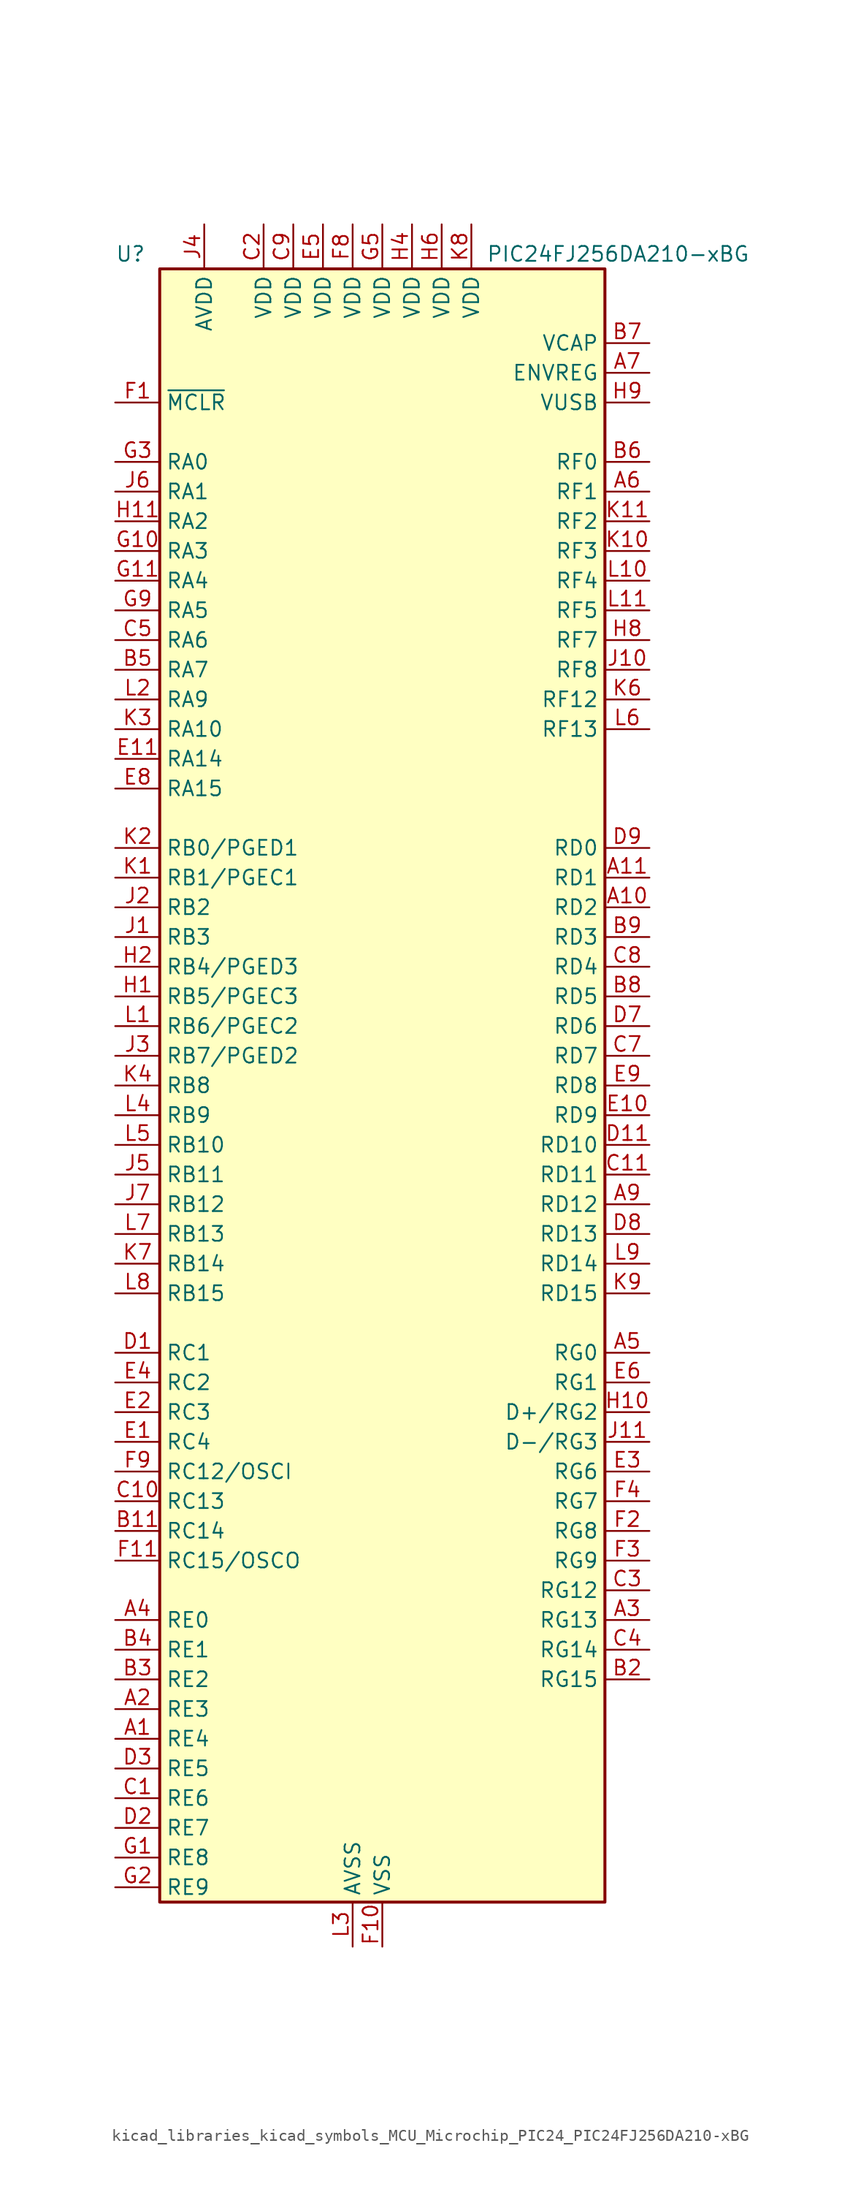
<source format=kicad_sym>
(kicad_symbol_lib
  (version 20220914)
  (generator kicad_symbol_editor)
  (symbol "kicad_libraries_kicad_symbols_MCU_Microchip_PIC24_PIC24FJ256DA210-xBG"
    (property "Reference" "U"
      (at -22.86 71.12 0)
      (effects (font (size 1.27 1.27)) (justify left)))
    (property "Value" "PIC24FJ256DA210-xBG"
      (at 8.89 71.12 0)
      (effects (font (size 1.27 1.27)) (justify left)))
    (symbol "kicad_libraries_kicad_symbols_MCU_Microchip_PIC24_PIC24FJ256DA210-xBG_1_1"
      (rectangle (start -19.05 69.85) (end 19.05 -69.85) (stroke (width 0.254) (type default)) (fill (type background)))
      (pin bidirectional line (at -22.86 -55.88 0) (length 3.81) (name "RE4" (effects (font (size 1.27 1.27)))) (number "A1" (effects (font (size 1.27 1.27)))))
      (pin bidirectional line (at 22.86 15.24 180) (length 3.81) (name "RD2" (effects (font (size 1.27 1.27)))) (number "A10" (effects (font (size 1.27 1.27)))))
      (pin bidirectional line (at 22.86 17.78 180) (length 3.81) (name "RD1" (effects (font (size 1.27 1.27)))) (number "A11" (effects (font (size 1.27 1.27)))))
      (pin bidirectional line (at -22.86 -53.34 0) (length 3.81) (name "RE3" (effects (font (size 1.27 1.27)))) (number "A2" (effects (font (size 1.27 1.27)))))
      (pin bidirectional line (at 22.86 -45.72 180) (length 3.81) (name "RG13" (effects (font (size 1.27 1.27)))) (number "A3" (effects (font (size 1.27 1.27)))))
      (pin bidirectional line (at -22.86 -45.72 0) (length 3.81) (name "RE0" (effects (font (size 1.27 1.27)))) (number "A4" (effects (font (size 1.27 1.27)))))
      (pin bidirectional line (at 22.86 -22.86 180) (length 3.81) (name "RG0" (effects (font (size 1.27 1.27)))) (number "A5" (effects (font (size 1.27 1.27)))))
      (pin bidirectional line (at 22.86 50.8 180) (length 3.81) (name "RF1" (effects (font (size 1.27 1.27)))) (number "A6" (effects (font (size 1.27 1.27)))))
      (pin input line (at 22.86 60.96 180) (length 3.81) (name "ENVREG" (effects (font (size 1.27 1.27)))) (number "A7" (effects (font (size 1.27 1.27)))))
      (pin no_connect line (at 2.54 -25.4 180) (length 3.81) hide (name "N/C" (effects (font (size 1.27 1.27)))) (number "A8" (effects (font (size 1.27 1.27)))))
      (pin bidirectional line (at 22.86 -10.16 180) (length 3.81) (name "RD12" (effects (font (size 1.27 1.27)))) (number "A9" (effects (font (size 1.27 1.27)))))
      (pin no_connect line (at 2.54 -27.94 180) (length 3.81) hide (name "N/C" (effects (font (size 1.27 1.27)))) (number "B1" (effects (font (size 1.27 1.27)))))
      (pin passive line (at 0 -73.66 90) (length 3.81) hide (name "VSS" (effects (font (size 1.27 1.27)))) (number "B10" (effects (font (size 1.27 1.27)))))
      (pin bidirectional line (at -22.86 -38.1 0) (length 3.81) (name "RC14" (effects (font (size 1.27 1.27)))) (number "B11" (effects (font (size 1.27 1.27)))))
      (pin bidirectional line (at 22.86 -50.8 180) (length 3.81) (name "RG15" (effects (font (size 1.27 1.27)))) (number "B2" (effects (font (size 1.27 1.27)))))
      (pin bidirectional line (at -22.86 -50.8 0) (length 3.81) (name "RE2" (effects (font (size 1.27 1.27)))) (number "B3" (effects (font (size 1.27 1.27)))))
      (pin bidirectional line (at -22.86 -48.26 0) (length 3.81) (name "RE1" (effects (font (size 1.27 1.27)))) (number "B4" (effects (font (size 1.27 1.27)))))
      (pin bidirectional line (at -22.86 35.56 0) (length 3.81) (name "RA7" (effects (font (size 1.27 1.27)))) (number "B5" (effects (font (size 1.27 1.27)))))
      (pin bidirectional line (at 22.86 53.34 180) (length 3.81) (name "RF0" (effects (font (size 1.27 1.27)))) (number "B6" (effects (font (size 1.27 1.27)))))
      (pin passive line (at 22.86 63.5 180) (length 3.81) (name "VCAP" (effects (font (size 1.27 1.27)))) (number "B7" (effects (font (size 1.27 1.27)))))
      (pin bidirectional line (at 22.86 7.62 180) (length 3.81) (name "RD5" (effects (font (size 1.27 1.27)))) (number "B8" (effects (font (size 1.27 1.27)))))
      (pin bidirectional line (at 22.86 12.7 180) (length 3.81) (name "RD3" (effects (font (size 1.27 1.27)))) (number "B9" (effects (font (size 1.27 1.27)))))
      (pin bidirectional line (at -22.86 -60.96 0) (length 3.81) (name "RE6" (effects (font (size 1.27 1.27)))) (number "C1" (effects (font (size 1.27 1.27)))))
      (pin bidirectional line (at -22.86 -35.56 0) (length 3.81) (name "RC13" (effects (font (size 1.27 1.27)))) (number "C10" (effects (font (size 1.27 1.27)))))
      (pin bidirectional line (at 22.86 -7.62 180) (length 3.81) (name "RD11" (effects (font (size 1.27 1.27)))) (number "C11" (effects (font (size 1.27 1.27)))))
      (pin power_in line (at -10.16 73.66 270) (length 3.81) (name "VDD" (effects (font (size 1.27 1.27)))) (number "C2" (effects (font (size 1.27 1.27)))))
      (pin bidirectional line (at 22.86 -43.18 180) (length 3.81) (name "RG12" (effects (font (size 1.27 1.27)))) (number "C3" (effects (font (size 1.27 1.27)))))
      (pin bidirectional line (at 22.86 -48.26 180) (length 3.81) (name "RG14" (effects (font (size 1.27 1.27)))) (number "C4" (effects (font (size 1.27 1.27)))))
      (pin bidirectional line (at -22.86 38.1 0) (length 3.81) (name "RA6" (effects (font (size 1.27 1.27)))) (number "C5" (effects (font (size 1.27 1.27)))))
      (pin no_connect line (at 2.54 -30.48 180) (length 3.81) hide (name "N/C" (effects (font (size 1.27 1.27)))) (number "C6" (effects (font (size 1.27 1.27)))))
      (pin bidirectional line (at 22.86 2.54 180) (length 3.81) (name "RD7" (effects (font (size 1.27 1.27)))) (number "C7" (effects (font (size 1.27 1.27)))))
      (pin bidirectional line (at 22.86 10.16 180) (length 3.81) (name "RD4" (effects (font (size 1.27 1.27)))) (number "C8" (effects (font (size 1.27 1.27)))))
      (pin power_in line (at -7.62 73.66 270) (length 3.81) (name "VDD" (effects (font (size 1.27 1.27)))) (number "C9" (effects (font (size 1.27 1.27)))))
      (pin bidirectional line (at -22.86 -22.86 0) (length 3.81) (name "RC1" (effects (font (size 1.27 1.27)))) (number "D1" (effects (font (size 1.27 1.27)))))
      (pin no_connect line (at 2.54 -35.56 180) (length 3.81) hide (name "N/C" (effects (font (size 1.27 1.27)))) (number "D10" (effects (font (size 1.27 1.27)))))
      (pin bidirectional line (at 22.86 -5.08 180) (length 3.81) (name "RD10" (effects (font (size 1.27 1.27)))) (number "D11" (effects (font (size 1.27 1.27)))))
      (pin bidirectional line (at -22.86 -63.5 0) (length 3.81) (name "RE7" (effects (font (size 1.27 1.27)))) (number "D2" (effects (font (size 1.27 1.27)))))
      (pin bidirectional line (at -22.86 -58.42 0) (length 3.81) (name "RE5" (effects (font (size 1.27 1.27)))) (number "D3" (effects (font (size 1.27 1.27)))))
      (pin passive line (at 0 -73.66 90) (length 3.81) hide (name "VSS" (effects (font (size 1.27 1.27)))) (number "D4" (effects (font (size 1.27 1.27)))))
      (pin passive line (at 0 -73.66 90) (length 3.81) hide (name "VSS" (effects (font (size 1.27 1.27)))) (number "D5" (effects (font (size 1.27 1.27)))))
      (pin no_connect line (at 2.54 -33.02 180) (length 3.81) hide (name "N/C" (effects (font (size 1.27 1.27)))) (number "D6" (effects (font (size 1.27 1.27)))))
      (pin bidirectional line (at 22.86 5.08 180) (length 3.81) (name "RD6" (effects (font (size 1.27 1.27)))) (number "D7" (effects (font (size 1.27 1.27)))))
      (pin bidirectional line (at 22.86 -12.7 180) (length 3.81) (name "RD13" (effects (font (size 1.27 1.27)))) (number "D8" (effects (font (size 1.27 1.27)))))
      (pin bidirectional line (at 22.86 20.32 180) (length 3.81) (name "RD0" (effects (font (size 1.27 1.27)))) (number "D9" (effects (font (size 1.27 1.27)))))
      (pin bidirectional line (at -22.86 -30.48 0) (length 3.81) (name "RC4" (effects (font (size 1.27 1.27)))) (number "E1" (effects (font (size 1.27 1.27)))))
      (pin bidirectional line (at 22.86 -2.54 180) (length 3.81) (name "RD9" (effects (font (size 1.27 1.27)))) (number "E10" (effects (font (size 1.27 1.27)))))
      (pin bidirectional line (at -22.86 27.94 0) (length 3.81) (name "RA14" (effects (font (size 1.27 1.27)))) (number "E11" (effects (font (size 1.27 1.27)))))
      (pin bidirectional line (at -22.86 -27.94 0) (length 3.81) (name "RC3" (effects (font (size 1.27 1.27)))) (number "E2" (effects (font (size 1.27 1.27)))))
      (pin bidirectional line (at 22.86 -33.02 180) (length 3.81) (name "RG6" (effects (font (size 1.27 1.27)))) (number "E3" (effects (font (size 1.27 1.27)))))
      (pin bidirectional line (at -22.86 -25.4 0) (length 3.81) (name "RC2" (effects (font (size 1.27 1.27)))) (number "E4" (effects (font (size 1.27 1.27)))))
      (pin power_in line (at -5.08 73.66 270) (length 3.81) (name "VDD" (effects (font (size 1.27 1.27)))) (number "E5" (effects (font (size 1.27 1.27)))))
      (pin bidirectional line (at 22.86 -25.4 180) (length 3.81) (name "RG1" (effects (font (size 1.27 1.27)))) (number "E6" (effects (font (size 1.27 1.27)))))
      (pin no_connect line (at 2.54 -38.1 180) (length 3.81) hide (name "N/C" (effects (font (size 1.27 1.27)))) (number "E7" (effects (font (size 1.27 1.27)))))
      (pin bidirectional line (at -22.86 25.4 0) (length 3.81) (name "RA15" (effects (font (size 1.27 1.27)))) (number "E8" (effects (font (size 1.27 1.27)))))
      (pin bidirectional line (at 22.86 0 180) (length 3.81) (name "RD8" (effects (font (size 1.27 1.27)))) (number "E9" (effects (font (size 1.27 1.27)))))
      (pin input line (at -22.86 58.42 0) (length 3.81) (name "~{MCLR}" (effects (font (size 1.27 1.27)))) (number "F1" (effects (font (size 1.27 1.27)))))
      (pin power_in line (at 0 -73.66 90) (length 3.81) (name "VSS" (effects (font (size 1.27 1.27)))) (number "F10" (effects (font (size 1.27 1.27)))))
      (pin bidirectional line (at -22.86 -40.64 0) (length 3.81) (name "RC15/OSCO" (effects (font (size 1.27 1.27)))) (number "F11" (effects (font (size 1.27 1.27)))))
      (pin bidirectional line (at 22.86 -38.1 180) (length 3.81) (name "RG8" (effects (font (size 1.27 1.27)))) (number "F2" (effects (font (size 1.27 1.27)))))
      (pin bidirectional line (at 22.86 -40.64 180) (length 3.81) (name "RG9" (effects (font (size 1.27 1.27)))) (number "F3" (effects (font (size 1.27 1.27)))))
      (pin bidirectional line (at 22.86 -35.56 180) (length 3.81) (name "RG7" (effects (font (size 1.27 1.27)))) (number "F4" (effects (font (size 1.27 1.27)))))
      (pin passive line (at 0 -73.66 90) (length 3.81) hide (name "VSS" (effects (font (size 1.27 1.27)))) (number "F5" (effects (font (size 1.27 1.27)))))
      (pin no_connect line (at 2.54 -40.64 180) (length 3.81) hide (name "N/C" (effects (font (size 1.27 1.27)))) (number "F6" (effects (font (size 1.27 1.27)))))
      (pin no_connect line (at 2.54 -43.18 180) (length 3.81) hide (name "N/C" (effects (font (size 1.27 1.27)))) (number "F7" (effects (font (size 1.27 1.27)))))
      (pin power_in line (at -2.54 73.66 270) (length 3.81) (name "VDD" (effects (font (size 1.27 1.27)))) (number "F8" (effects (font (size 1.27 1.27)))))
      (pin bidirectional line (at -22.86 -33.02 0) (length 3.81) (name "RC12/OSCI" (effects (font (size 1.27 1.27)))) (number "F9" (effects (font (size 1.27 1.27)))))
      (pin bidirectional line (at -22.86 -66.04 0) (length 3.81) (name "RE8" (effects (font (size 1.27 1.27)))) (number "G1" (effects (font (size 1.27 1.27)))))
      (pin bidirectional line (at -22.86 45.72 0) (length 3.81) (name "RA3" (effects (font (size 1.27 1.27)))) (number "G10" (effects (font (size 1.27 1.27)))))
      (pin bidirectional line (at -22.86 43.18 0) (length 3.81) (name "RA4" (effects (font (size 1.27 1.27)))) (number "G11" (effects (font (size 1.27 1.27)))))
      (pin bidirectional line (at -22.86 -68.58 0) (length 3.81) (name "RE9" (effects (font (size 1.27 1.27)))) (number "G2" (effects (font (size 1.27 1.27)))))
      (pin bidirectional line (at -22.86 53.34 0) (length 3.81) (name "RA0" (effects (font (size 1.27 1.27)))) (number "G3" (effects (font (size 1.27 1.27)))))
      (pin no_connect line (at 2.54 -45.72 180) (length 3.81) hide (name "N/C" (effects (font (size 1.27 1.27)))) (number "G4" (effects (font (size 1.27 1.27)))))
      (pin power_in line (at 0 73.66 270) (length 3.81) (name "VDD" (effects (font (size 1.27 1.27)))) (number "G5" (effects (font (size 1.27 1.27)))))
      (pin passive line (at 0 -73.66 90) (length 3.81) hide (name "VSS" (effects (font (size 1.27 1.27)))) (number "G6" (effects (font (size 1.27 1.27)))))
      (pin passive line (at 0 -73.66 90) (length 3.81) hide (name "VSS" (effects (font (size 1.27 1.27)))) (number "G7" (effects (font (size 1.27 1.27)))))
      (pin no_connect line (at 2.54 -48.26 180) (length 3.81) hide (name "N/C" (effects (font (size 1.27 1.27)))) (number "G8" (effects (font (size 1.27 1.27)))))
      (pin bidirectional line (at -22.86 40.64 0) (length 3.81) (name "RA5" (effects (font (size 1.27 1.27)))) (number "G9" (effects (font (size 1.27 1.27)))))
      (pin bidirectional line (at -22.86 7.62 0) (length 3.81) (name "RB5/PGEC3" (effects (font (size 1.27 1.27)))) (number "H1" (effects (font (size 1.27 1.27)))))
      (pin bidirectional line (at 22.86 -27.94 180) (length 3.81) (name "D+/RG2" (effects (font (size 1.27 1.27)))) (number "H10" (effects (font (size 1.27 1.27)))))
      (pin bidirectional line (at -22.86 48.26 0) (length 3.81) (name "RA2" (effects (font (size 1.27 1.27)))) (number "H11" (effects (font (size 1.27 1.27)))))
      (pin bidirectional line (at -22.86 10.16 0) (length 3.81) (name "RB4/PGED3" (effects (font (size 1.27 1.27)))) (number "H2" (effects (font (size 1.27 1.27)))))
      (pin passive line (at 0 -73.66 90) (length 3.81) hide (name "VSS" (effects (font (size 1.27 1.27)))) (number "H3" (effects (font (size 1.27 1.27)))))
      (pin power_in line (at 2.54 73.66 270) (length 3.81) (name "VDD" (effects (font (size 1.27 1.27)))) (number "H4" (effects (font (size 1.27 1.27)))))
      (pin no_connect line (at 2.54 -50.8 180) (length 3.81) hide (name "N/C" (effects (font (size 1.27 1.27)))) (number "H5" (effects (font (size 1.27 1.27)))))
      (pin power_in line (at 5.08 73.66 270) (length 3.81) (name "VDD" (effects (font (size 1.27 1.27)))) (number "H6" (effects (font (size 1.27 1.27)))))
      (pin no_connect line (at 2.54 -53.34 180) (length 3.81) hide (name "N/C" (effects (font (size 1.27 1.27)))) (number "H7" (effects (font (size 1.27 1.27)))))
      (pin bidirectional line (at 22.86 38.1 180) (length 3.81) (name "RF7" (effects (font (size 1.27 1.27)))) (number "H8" (effects (font (size 1.27 1.27)))))
      (pin bidirectional line (at 22.86 58.42 180) (length 3.81) (name "VUSB" (effects (font (size 1.27 1.27)))) (number "H9" (effects (font (size 1.27 1.27)))))
      (pin bidirectional line (at -22.86 12.7 0) (length 3.81) (name "RB3" (effects (font (size 1.27 1.27)))) (number "J1" (effects (font (size 1.27 1.27)))))
      (pin bidirectional line (at 22.86 35.56 180) (length 3.81) (name "RF8" (effects (font (size 1.27 1.27)))) (number "J10" (effects (font (size 1.27 1.27)))))
      (pin bidirectional line (at 22.86 -30.48 180) (length 3.81) (name "D-/RG3" (effects (font (size 1.27 1.27)))) (number "J11" (effects (font (size 1.27 1.27)))))
      (pin bidirectional line (at -22.86 15.24 0) (length 3.81) (name "RB2" (effects (font (size 1.27 1.27)))) (number "J2" (effects (font (size 1.27 1.27)))))
      (pin bidirectional line (at -22.86 2.54 0) (length 3.81) (name "RB7/PGED2" (effects (font (size 1.27 1.27)))) (number "J3" (effects (font (size 1.27 1.27)))))
      (pin power_in line (at -15.24 73.66 270) (length 3.81) (name "AVDD" (effects (font (size 1.27 1.27)))) (number "J4" (effects (font (size 1.27 1.27)))))
      (pin bidirectional line (at -22.86 -7.62 0) (length 3.81) (name "RB11" (effects (font (size 1.27 1.27)))) (number "J5" (effects (font (size 1.27 1.27)))))
      (pin bidirectional line (at -22.86 50.8 0) (length 3.81) (name "RA1" (effects (font (size 1.27 1.27)))) (number "J6" (effects (font (size 1.27 1.27)))))
      (pin bidirectional line (at -22.86 -10.16 0) (length 3.81) (name "RB12" (effects (font (size 1.27 1.27)))) (number "J7" (effects (font (size 1.27 1.27)))))
      (pin no_connect line (at 2.54 -55.88 180) (length 3.81) hide (name "N/C" (effects (font (size 1.27 1.27)))) (number "J8" (effects (font (size 1.27 1.27)))))
      (pin no_connect line (at 2.54 -58.42 180) (length 3.81) hide (name "N/C" (effects (font (size 1.27 1.27)))) (number "J9" (effects (font (size 1.27 1.27)))))
      (pin bidirectional line (at -22.86 17.78 0) (length 3.81) (name "RB1/PGEC1" (effects (font (size 1.27 1.27)))) (number "K1" (effects (font (size 1.27 1.27)))))
      (pin bidirectional line (at 22.86 45.72 180) (length 3.81) (name "RF3" (effects (font (size 1.27 1.27)))) (number "K10" (effects (font (size 1.27 1.27)))))
      (pin bidirectional line (at 22.86 48.26 180) (length 3.81) (name "RF2" (effects (font (size 1.27 1.27)))) (number "K11" (effects (font (size 1.27 1.27)))))
      (pin bidirectional line (at -22.86 20.32 0) (length 3.81) (name "RB0/PGED1" (effects (font (size 1.27 1.27)))) (number "K2" (effects (font (size 1.27 1.27)))))
      (pin bidirectional line (at -22.86 30.48 0) (length 3.81) (name "RA10" (effects (font (size 1.27 1.27)))) (number "K3" (effects (font (size 1.27 1.27)))))
      (pin bidirectional line (at -22.86 0 0) (length 3.81) (name "RB8" (effects (font (size 1.27 1.27)))) (number "K4" (effects (font (size 1.27 1.27)))))
      (pin no_connect line (at 2.54 -60.96 180) (length 3.81) hide (name "N/C" (effects (font (size 1.27 1.27)))) (number "K5" (effects (font (size 1.27 1.27)))))
      (pin bidirectional line (at 22.86 33.02 180) (length 3.81) (name "RF12" (effects (font (size 1.27 1.27)))) (number "K6" (effects (font (size 1.27 1.27)))))
      (pin bidirectional line (at -22.86 -15.24 0) (length 3.81) (name "RB14" (effects (font (size 1.27 1.27)))) (number "K7" (effects (font (size 1.27 1.27)))))
      (pin power_in line (at 7.62 73.66 270) (length 3.81) (name "VDD" (effects (font (size 1.27 1.27)))) (number "K8" (effects (font (size 1.27 1.27)))))
      (pin bidirectional line (at 22.86 -17.78 180) (length 3.81) (name "RD15" (effects (font (size 1.27 1.27)))) (number "K9" (effects (font (size 1.27 1.27)))))
      (pin bidirectional line (at -22.86 5.08 0) (length 3.81) (name "RB6/PGEC2" (effects (font (size 1.27 1.27)))) (number "L1" (effects (font (size 1.27 1.27)))))
      (pin bidirectional line (at 22.86 43.18 180) (length 3.81) (name "RF4" (effects (font (size 1.27 1.27)))) (number "L10" (effects (font (size 1.27 1.27)))))
      (pin bidirectional line (at 22.86 40.64 180) (length 3.81) (name "RF5" (effects (font (size 1.27 1.27)))) (number "L11" (effects (font (size 1.27 1.27)))))
      (pin bidirectional line (at -22.86 33.02 0) (length 3.81) (name "RA9" (effects (font (size 1.27 1.27)))) (number "L2" (effects (font (size 1.27 1.27)))))
      (pin power_in line (at -2.54 -73.66 90) (length 3.81) (name "AVSS" (effects (font (size 1.27 1.27)))) (number "L3" (effects (font (size 1.27 1.27)))))
      (pin bidirectional line (at -22.86 -2.54 0) (length 3.81) (name "RB9" (effects (font (size 1.27 1.27)))) (number "L4" (effects (font (size 1.27 1.27)))))
      (pin bidirectional line (at -22.86 -5.08 0) (length 3.81) (name "RB10" (effects (font (size 1.27 1.27)))) (number "L5" (effects (font (size 1.27 1.27)))))
      (pin bidirectional line (at 22.86 30.48 180) (length 3.81) (name "RF13" (effects (font (size 1.27 1.27)))) (number "L6" (effects (font (size 1.27 1.27)))))
      (pin bidirectional line (at -22.86 -12.7 0) (length 3.81) (name "RB13" (effects (font (size 1.27 1.27)))) (number "L7" (effects (font (size 1.27 1.27)))))
      (pin bidirectional line (at -22.86 -17.78 0) (length 3.81) (name "RB15" (effects (font (size 1.27 1.27)))) (number "L8" (effects (font (size 1.27 1.27)))))
      (pin bidirectional line (at 22.86 -15.24 180) (length 3.81) (name "RD14" (effects (font (size 1.27 1.27)))) (number "L9" (effects (font (size 1.27 1.27))))))))
</source>
